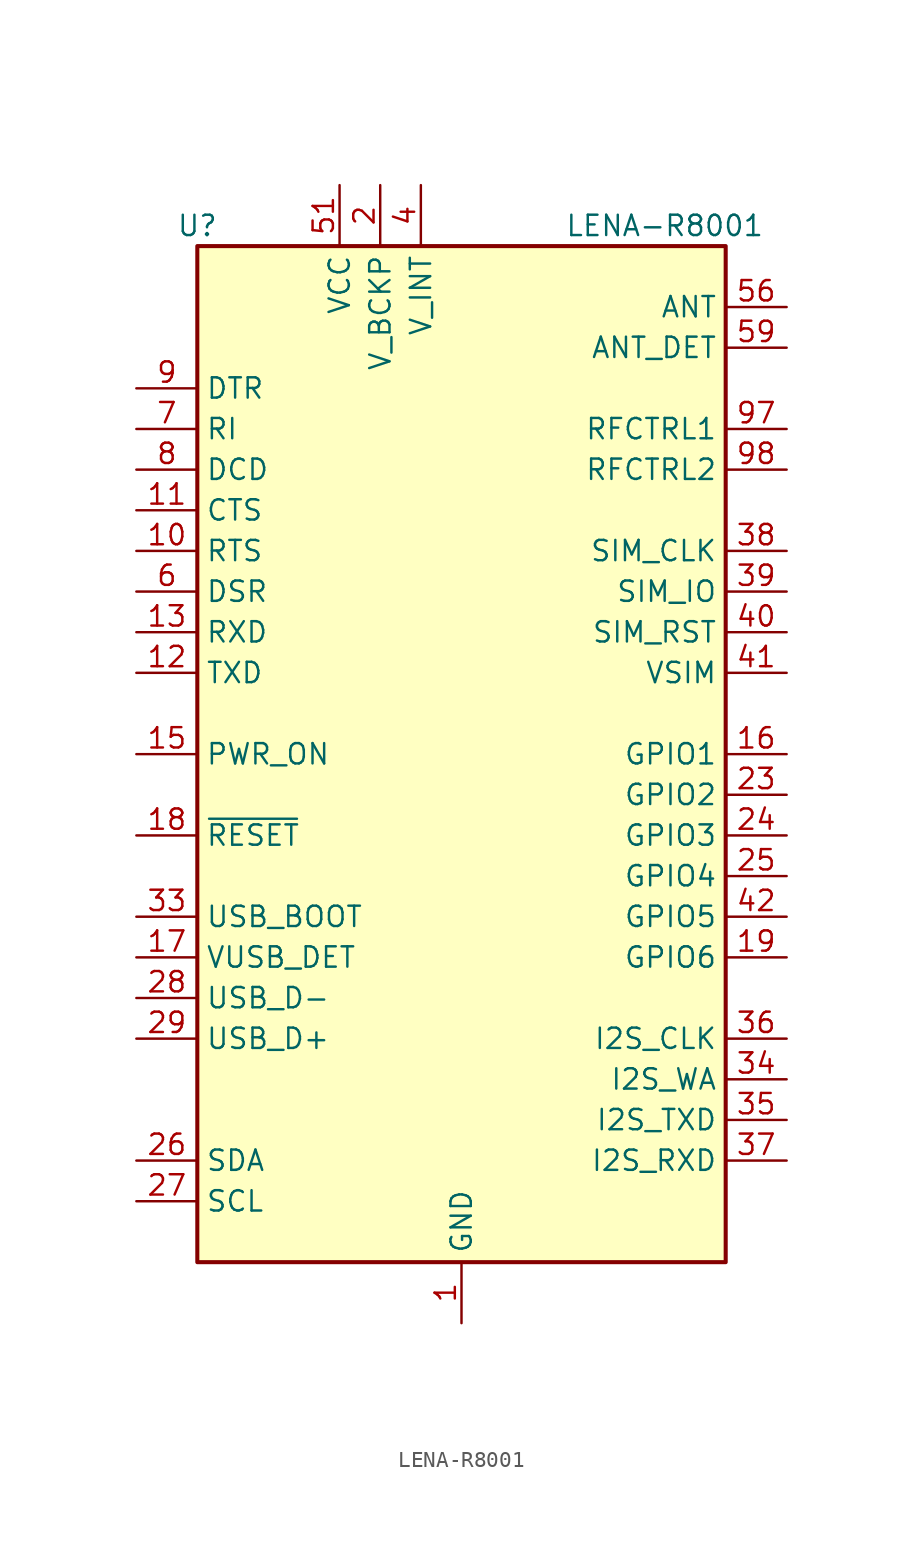
<source format=kicad_sym>
(kicad_symbol_lib
  (version 20241209)
  (generator "kicad_symbol_editor")
  (generator_version "9.0")
  (symbol "LENA-R8001"
    (property "Reference" "U"
      (at -16.51 33.02 0)
      (effects (font (size 1.27 1.27))))
    (property "Value" "LENA-R8001"
      (at 12.7 33.02 0)
      (effects (font (size 1.27 1.27))))
    (symbol "LENA-R8001_0_1"
      (rectangle (start -16.51 31.75) (end 16.51 -31.75) (stroke (width 0.254) (type default)) (fill (type background))))
    (symbol "LENA-R8001_1_1"
      (pin input line (at -20.32 22.86 0) (length 3.81) (name "DTR" (effects (font (size 1.27 1.27)))) (number "9" (effects (font (size 1.27 1.27)))))
      (pin output line (at -20.32 20.32 0) (length 3.81) (name "RI" (effects (font (size 1.27 1.27)))) (number "7" (effects (font (size 1.27 1.27)))))
      (pin output line (at -20.32 17.78 0) (length 3.81) (name "DCD" (effects (font (size 1.27 1.27)))) (number "8" (effects (font (size 1.27 1.27)))))
      (pin output line (at -20.32 15.24 0) (length 3.81) (name "CTS" (effects (font (size 1.27 1.27)))) (number "11" (effects (font (size 1.27 1.27)))))
      (pin input line (at -20.32 12.7 0) (length 3.81) (name "RTS" (effects (font (size 1.27 1.27)))) (number "10" (effects (font (size 1.27 1.27)))))
      (pin bidirectional line (at -20.32 10.16 0) (length 3.81) (name "DSR" (effects (font (size 1.27 1.27)))) (number "6" (effects (font (size 1.27 1.27)))))
      (pin output line (at -20.32 7.62 0) (length 3.81) (name "RXD" (effects (font (size 1.27 1.27)))) (number "13" (effects (font (size 1.27 1.27)))))
      (pin input line (at -20.32 5.08 0) (length 3.81) (name "TXD" (effects (font (size 1.27 1.27)))) (number "12" (effects (font (size 1.27 1.27)))))
      (pin input line (at -20.32 0 0) (length 3.81) (name "PWR_ON" (effects (font (size 1.27 1.27)))) (number "15" (effects (font (size 1.27 1.27)))))
      (pin input line (at -20.32 -5.08 0) (length 3.81) (name "~{RESET}" (effects (font (size 1.27 1.27)))) (number "18" (effects (font (size 1.27 1.27)))))
      (pin input line (at -20.32 -10.16 0) (length 3.81) (name "USB_BOOT" (effects (font (size 1.27 1.27)))) (number "33" (effects (font (size 1.27 1.27)))))
      (pin input line (at -20.32 -12.7 0) (length 3.81) (name "VUSB_DET" (effects (font (size 1.27 1.27)))) (number "17" (effects (font (size 1.27 1.27)))))
      (pin bidirectional line (at -20.32 -15.24 0) (length 3.81) (name "USB_D-" (effects (font (size 1.27 1.27)))) (number "28" (effects (font (size 1.27 1.27)))))
      (pin bidirectional line (at -20.32 -17.78 0) (length 3.81) (name "USB_D+" (effects (font (size 1.27 1.27)))) (number "29" (effects (font (size 1.27 1.27)))))
      (pin bidirectional line (at -20.32 -25.4 0) (length 3.81) (name "SDA" (effects (font (size 1.27 1.27)))) (number "26" (effects (font (size 1.27 1.27)))))
      (pin output line (at -20.32 -27.94 0) (length 3.81) (name "SCL" (effects (font (size 1.27 1.27)))) (number "27" (effects (font (size 1.27 1.27)))))
      (pin no_connect line (at -16.51 27.94 0) (length 3.81) (hide yes) (name "RSVD" (effects (font (size 1.27 1.27)))) (number "21" (effects (font (size 1.27 1.27)))))
      (pin no_connect line (at -16.51 25.4 0) (length 3.81) (hide yes) (name "RSVD" (effects (font (size 1.27 1.27)))) (number "31" (effects (font (size 1.27 1.27)))))
      (pin no_connect line (at -16.51 2.54 0) (length 3.81) (hide yes) (name "RSVD" (effects (font (size 1.27 1.27)))) (number "44" (effects (font (size 1.27 1.27)))))
      (pin no_connect line (at -16.51 -2.54 0) (length 3.81) (hide yes) (name "RSVD" (effects (font (size 1.27 1.27)))) (number "45" (effects (font (size 1.27 1.27)))))
      (pin no_connect line (at -16.51 -7.62 0) (length 3.81) (hide yes) (name "RSVD" (effects (font (size 1.27 1.27)))) (number "46" (effects (font (size 1.27 1.27)))))
      (pin no_connect line (at -16.51 -20.32 0) (length 3.81) (hide yes) (name "RSVD" (effects (font (size 1.27 1.27)))) (number "47" (effects (font (size 1.27 1.27)))))
      (pin no_connect line (at -16.51 -22.86 0) (length 3.81) (hide yes) (name "RSVD" (effects (font (size 1.27 1.27)))) (number "48" (effects (font (size 1.27 1.27)))))
      (pin power_in line (at -7.62 35.56 270) (length 3.81) (name "VCC" (effects (font (size 1.27 1.27)))) (number "51" (effects (font (size 1.27 1.27)))))
      (pin passive line (at -7.62 35.56 270) (length 3.81) (hide yes) (name "VCC" (effects (font (size 1.27 1.27)))) (number "52" (effects (font (size 1.27 1.27)))))
      (pin passive line (at -7.62 35.56 270) (length 3.81) (hide yes) (name "VCC" (effects (font (size 1.27 1.27)))) (number "53" (effects (font (size 1.27 1.27)))))
      (pin power_in line (at -5.08 35.56 270) (length 3.81) (name "V_BCKP" (effects (font (size 1.27 1.27)))) (number "2" (effects (font (size 1.27 1.27)))))
      (pin power_out line (at -2.54 35.56 270) (length 3.81) (name "V_INT" (effects (font (size 1.27 1.27)))) (number "4" (effects (font (size 1.27 1.27)))))
      (pin power_in line (at 0 -35.56 90) (length 3.81) (name "GND" (effects (font (size 1.27 1.27)))) (number "1" (effects (font (size 1.27 1.27)))))
      (pin passive line (at 0 -35.56 90) (length 3.81) (hide yes) (name "GND" (effects (font (size 1.27 1.27)))) (number "14" (effects (font (size 1.27 1.27)))))
      (pin passive line (at 0 -35.56 90) (length 3.81) (hide yes) (name "GND" (effects (font (size 1.27 1.27)))) (number "20" (effects (font (size 1.27 1.27)))))
      (pin passive line (at 0 -35.56 90) (length 3.81) (hide yes) (name "GND" (effects (font (size 1.27 1.27)))) (number "22" (effects (font (size 1.27 1.27)))))
      (pin passive line (at 0 -35.56 90) (length 3.81) (hide yes) (name "GND" (effects (font (size 1.27 1.27)))) (number "3" (effects (font (size 1.27 1.27)))))
      (pin passive line (at 0 -35.56 90) (length 3.81) (hide yes) (name "GND" (effects (font (size 1.27 1.27)))) (number "30" (effects (font (size 1.27 1.27)))))
      (pin passive line (at 0 -35.56 90) (length 3.81) (hide yes) (name "GND" (effects (font (size 1.27 1.27)))) (number "32" (effects (font (size 1.27 1.27)))))
      (pin passive line (at 0 -35.56 90) (length 3.81) (hide yes) (name "GND" (effects (font (size 1.27 1.27)))) (number "43" (effects (font (size 1.27 1.27)))))
      (pin passive line (at 0 -35.56 90) (length 3.81) (hide yes) (name "GND" (effects (font (size 1.27 1.27)))) (number "5" (effects (font (size 1.27 1.27)))))
      (pin passive line (at 0 -35.56 90) (length 3.81) (hide yes) (name "GND" (effects (font (size 1.27 1.27)))) (number "50" (effects (font (size 1.27 1.27)))))
      (pin passive line (at 0 -35.56 90) (length 3.81) (hide yes) (name "GND" (effects (font (size 1.27 1.27)))) (number "54" (effects (font (size 1.27 1.27)))))
      (pin passive line (at 0 -35.56 90) (length 3.81) (hide yes) (name "GND" (effects (font (size 1.27 1.27)))) (number "55" (effects (font (size 1.27 1.27)))))
      (pin passive line (at 0 -35.56 90) (length 3.81) (hide yes) (name "GND" (effects (font (size 1.27 1.27)))) (number "57" (effects (font (size 1.27 1.27)))))
      (pin passive line (at 0 -35.56 90) (length 3.81) (hide yes) (name "GND" (effects (font (size 1.27 1.27)))) (number "58" (effects (font (size 1.27 1.27)))))
      (pin passive line (at 0 -35.56 90) (length 3.81) (hide yes) (name "GND" (effects (font (size 1.27 1.27)))) (number "60" (effects (font (size 1.27 1.27)))))
      (pin passive line (at 0 -35.56 90) (length 3.81) (hide yes) (name "GND" (effects (font (size 1.27 1.27)))) (number "61" (effects (font (size 1.27 1.27)))))
      (pin passive line (at 0 -35.56 90) (length 3.81) (hide yes) (name "GND" (effects (font (size 1.27 1.27)))) (number "63" (effects (font (size 1.27 1.27)))))
      (pin passive line (at 0 -35.56 90) (length 3.81) (hide yes) (name "GND" (effects (font (size 1.27 1.27)))) (number "64" (effects (font (size 1.27 1.27)))))
      (pin passive line (at 0 -35.56 90) (length 3.81) (hide yes) (name "GND" (effects (font (size 1.27 1.27)))) (number "65" (effects (font (size 1.27 1.27)))))
      (pin passive line (at 0 -35.56 90) (length 3.81) (hide yes) (name "GND" (effects (font (size 1.27 1.27)))) (number "66" (effects (font (size 1.27 1.27)))))
      (pin passive line (at 0 -35.56 90) (length 3.81) (hide yes) (name "GND" (effects (font (size 1.27 1.27)))) (number "67" (effects (font (size 1.27 1.27)))))
      (pin passive line (at 0 -35.56 90) (length 3.81) (hide yes) (name "GND" (effects (font (size 1.27 1.27)))) (number "68" (effects (font (size 1.27 1.27)))))
      (pin passive line (at 0 -35.56 90) (length 3.81) (hide yes) (name "GND" (effects (font (size 1.27 1.27)))) (number "69" (effects (font (size 1.27 1.27)))))
      (pin passive line (at 0 -35.56 90) (length 3.81) (hide yes) (name "GND" (effects (font (size 1.27 1.27)))) (number "70" (effects (font (size 1.27 1.27)))))
      (pin passive line (at 0 -35.56 90) (length 3.81) (hide yes) (name "GND" (effects (font (size 1.27 1.27)))) (number "71" (effects (font (size 1.27 1.27)))))
      (pin passive line (at 0 -35.56 90) (length 3.81) (hide yes) (name "GND" (effects (font (size 1.27 1.27)))) (number "72" (effects (font (size 1.27 1.27)))))
      (pin passive line (at 0 -35.56 90) (length 3.81) (hide yes) (name "GND" (effects (font (size 1.27 1.27)))) (number "73" (effects (font (size 1.27 1.27)))))
      (pin passive line (at 0 -35.56 90) (length 3.81) (hide yes) (name "GND" (effects (font (size 1.27 1.27)))) (number "74" (effects (font (size 1.27 1.27)))))
      (pin passive line (at 0 -35.56 90) (length 3.81) (hide yes) (name "GND" (effects (font (size 1.27 1.27)))) (number "75" (effects (font (size 1.27 1.27)))))
      (pin passive line (at 0 -35.56 90) (length 3.81) (hide yes) (name "GND" (effects (font (size 1.27 1.27)))) (number "76" (effects (font (size 1.27 1.27)))))
      (pin passive line (at 0 -35.56 90) (length 3.81) (hide yes) (name "GND" (effects (font (size 1.27 1.27)))) (number "77" (effects (font (size 1.27 1.27)))))
      (pin passive line (at 0 -35.56 90) (length 3.81) (hide yes) (name "GND" (effects (font (size 1.27 1.27)))) (number "78" (effects (font (size 1.27 1.27)))))
      (pin passive line (at 0 -35.56 90) (length 3.81) (hide yes) (name "GND" (effects (font (size 1.27 1.27)))) (number "79" (effects (font (size 1.27 1.27)))))
      (pin passive line (at 0 -35.56 90) (length 3.81) (hide yes) (name "GND" (effects (font (size 1.27 1.27)))) (number "80" (effects (font (size 1.27 1.27)))))
      (pin passive line (at 0 -35.56 90) (length 3.81) (hide yes) (name "GND" (effects (font (size 1.27 1.27)))) (number "81" (effects (font (size 1.27 1.27)))))
      (pin passive line (at 0 -35.56 90) (length 3.81) (hide yes) (name "GND" (effects (font (size 1.27 1.27)))) (number "82" (effects (font (size 1.27 1.27)))))
      (pin passive line (at 0 -35.56 90) (length 3.81) (hide yes) (name "GND" (effects (font (size 1.27 1.27)))) (number "83" (effects (font (size 1.27 1.27)))))
      (pin passive line (at 0 -35.56 90) (length 3.81) (hide yes) (name "GND" (effects (font (size 1.27 1.27)))) (number "84" (effects (font (size 1.27 1.27)))))
      (pin passive line (at 0 -35.56 90) (length 3.81) (hide yes) (name "GND" (effects (font (size 1.27 1.27)))) (number "85" (effects (font (size 1.27 1.27)))))
      (pin passive line (at 0 -35.56 90) (length 3.81) (hide yes) (name "GND" (effects (font (size 1.27 1.27)))) (number "86" (effects (font (size 1.27 1.27)))))
      (pin passive line (at 0 -35.56 90) (length 3.81) (hide yes) (name "GND" (effects (font (size 1.27 1.27)))) (number "87" (effects (font (size 1.27 1.27)))))
      (pin passive line (at 0 -35.56 90) (length 3.81) (hide yes) (name "GND" (effects (font (size 1.27 1.27)))) (number "88" (effects (font (size 1.27 1.27)))))
      (pin passive line (at 0 -35.56 90) (length 3.81) (hide yes) (name "GND" (effects (font (size 1.27 1.27)))) (number "89" (effects (font (size 1.27 1.27)))))
      (pin passive line (at 0 -35.56 90) (length 3.81) (hide yes) (name "GND" (effects (font (size 1.27 1.27)))) (number "90" (effects (font (size 1.27 1.27)))))
      (pin passive line (at 0 -35.56 90) (length 3.81) (hide yes) (name "GND" (effects (font (size 1.27 1.27)))) (number "91" (effects (font (size 1.27 1.27)))))
      (pin passive line (at 0 -35.56 90) (length 3.81) (hide yes) (name "GND" (effects (font (size 1.27 1.27)))) (number "92" (effects (font (size 1.27 1.27)))))
      (pin passive line (at 0 -35.56 90) (length 3.81) (hide yes) (name "GND" (effects (font (size 1.27 1.27)))) (number "93" (effects (font (size 1.27 1.27)))))
      (pin passive line (at 0 -35.56 90) (length 3.81) (hide yes) (name "GND" (effects (font (size 1.27 1.27)))) (number "94" (effects (font (size 1.27 1.27)))))
      (pin passive line (at 0 -35.56 90) (length 3.81) (hide yes) (name "GND" (effects (font (size 1.27 1.27)))) (number "95" (effects (font (size 1.27 1.27)))))
      (pin passive line (at 0 -35.56 90) (length 3.81) (hide yes) (name "GND" (effects (font (size 1.27 1.27)))) (number "96" (effects (font (size 1.27 1.27)))))
      (pin no_connect line (at 2.54 31.75 270) (length 3.81) (hide yes) (name "RSVD" (effects (font (size 1.27 1.27)))) (number "99" (effects (font (size 1.27 1.27)))))
      (pin no_connect line (at 5.08 31.75 270) (length 3.81) (hide yes) (name "RSVD" (effects (font (size 1.27 1.27)))) (number "100" (effects (font (size 1.27 1.27)))))
      (pin no_connect line (at 16.51 -27.94 180) (length 3.81) (hide yes) (name "RSVD" (effects (font (size 1.27 1.27)))) (number "49" (effects (font (size 1.27 1.27)))))
      (pin no_connect line (at 16.51 -30.48 180) (length 3.81) (hide yes) (name "RSVD" (effects (font (size 1.27 1.27)))) (number "62" (effects (font (size 1.27 1.27)))))
      (pin passive line (at 20.32 27.94 180) (length 3.81) (name "ANT" (effects (font (size 1.27 1.27)))) (number "56" (effects (font (size 1.27 1.27)))))
      (pin input line (at 20.32 25.4 180) (length 3.81) (name "ANT_DET" (effects (font (size 1.27 1.27)))) (number "59" (effects (font (size 1.27 1.27)))))
      (pin output line (at 20.32 20.32 180) (length 3.81) (name "RFCTRL1" (effects (font (size 1.27 1.27)))) (number "97" (effects (font (size 1.27 1.27)))))
      (pin output line (at 20.32 17.78 180) (length 3.81) (name "RFCTRL2" (effects (font (size 1.27 1.27)))) (number "98" (effects (font (size 1.27 1.27)))))
      (pin output line (at 20.32 12.7 180) (length 3.81) (name "SIM_CLK" (effects (font (size 1.27 1.27)))) (number "38" (effects (font (size 1.27 1.27)))))
      (pin bidirectional line (at 20.32 10.16 180) (length 3.81) (name "SIM_IO" (effects (font (size 1.27 1.27)))) (number "39" (effects (font (size 1.27 1.27)))))
      (pin output line (at 20.32 7.62 180) (length 3.81) (name "SIM_RST" (effects (font (size 1.27 1.27)))) (number "40" (effects (font (size 1.27 1.27)))))
      (pin power_out line (at 20.32 5.08 180) (length 3.81) (name "VSIM" (effects (font (size 1.27 1.27)))) (number "41" (effects (font (size 1.27 1.27)))))
      (pin bidirectional line (at 20.32 0 180) (length 3.81) (name "GPIO1" (effects (font (size 1.27 1.27)))) (number "16" (effects (font (size 1.27 1.27)))))
      (pin bidirectional line (at 20.32 -2.54 180) (length 3.81) (name "GPIO2" (effects (font (size 1.27 1.27)))) (number "23" (effects (font (size 1.27 1.27)))))
      (pin bidirectional line (at 20.32 -5.08 180) (length 3.81) (name "GPIO3" (effects (font (size 1.27 1.27)))) (number "24" (effects (font (size 1.27 1.27)))))
      (pin bidirectional line (at 20.32 -7.62 180) (length 3.81) (name "GPIO4" (effects (font (size 1.27 1.27)))) (number "25" (effects (font (size 1.27 1.27)))))
      (pin bidirectional line (at 20.32 -10.16 180) (length 3.81) (name "GPIO5" (effects (font (size 1.27 1.27)))) (number "42" (effects (font (size 1.27 1.27)))))
      (pin bidirectional line (at 20.32 -12.7 180) (length 3.81) (name "GPIO6" (effects (font (size 1.27 1.27)))) (number "19" (effects (font (size 1.27 1.27)))))
      (pin input line (at 20.32 -17.78 180) (length 3.81) (name "I2S_CLK" (effects (font (size 1.27 1.27)))) (number "36" (effects (font (size 1.27 1.27)))))
      (pin input line (at 20.32 -20.32 180) (length 3.81) (name "I2S_WA" (effects (font (size 1.27 1.27)))) (number "34" (effects (font (size 1.27 1.27)))))
      (pin output line (at 20.32 -22.86 180) (length 3.81) (name "I2S_TXD" (effects (font (size 1.27 1.27)))) (number "35" (effects (font (size 1.27 1.27)))))
      (pin input line (at 20.32 -25.4 180) (length 3.81) (name "I2S_RXD" (effects (font (size 1.27 1.27)))) (number "37" (effects (font (size 1.27 1.27))))))))
</source>
